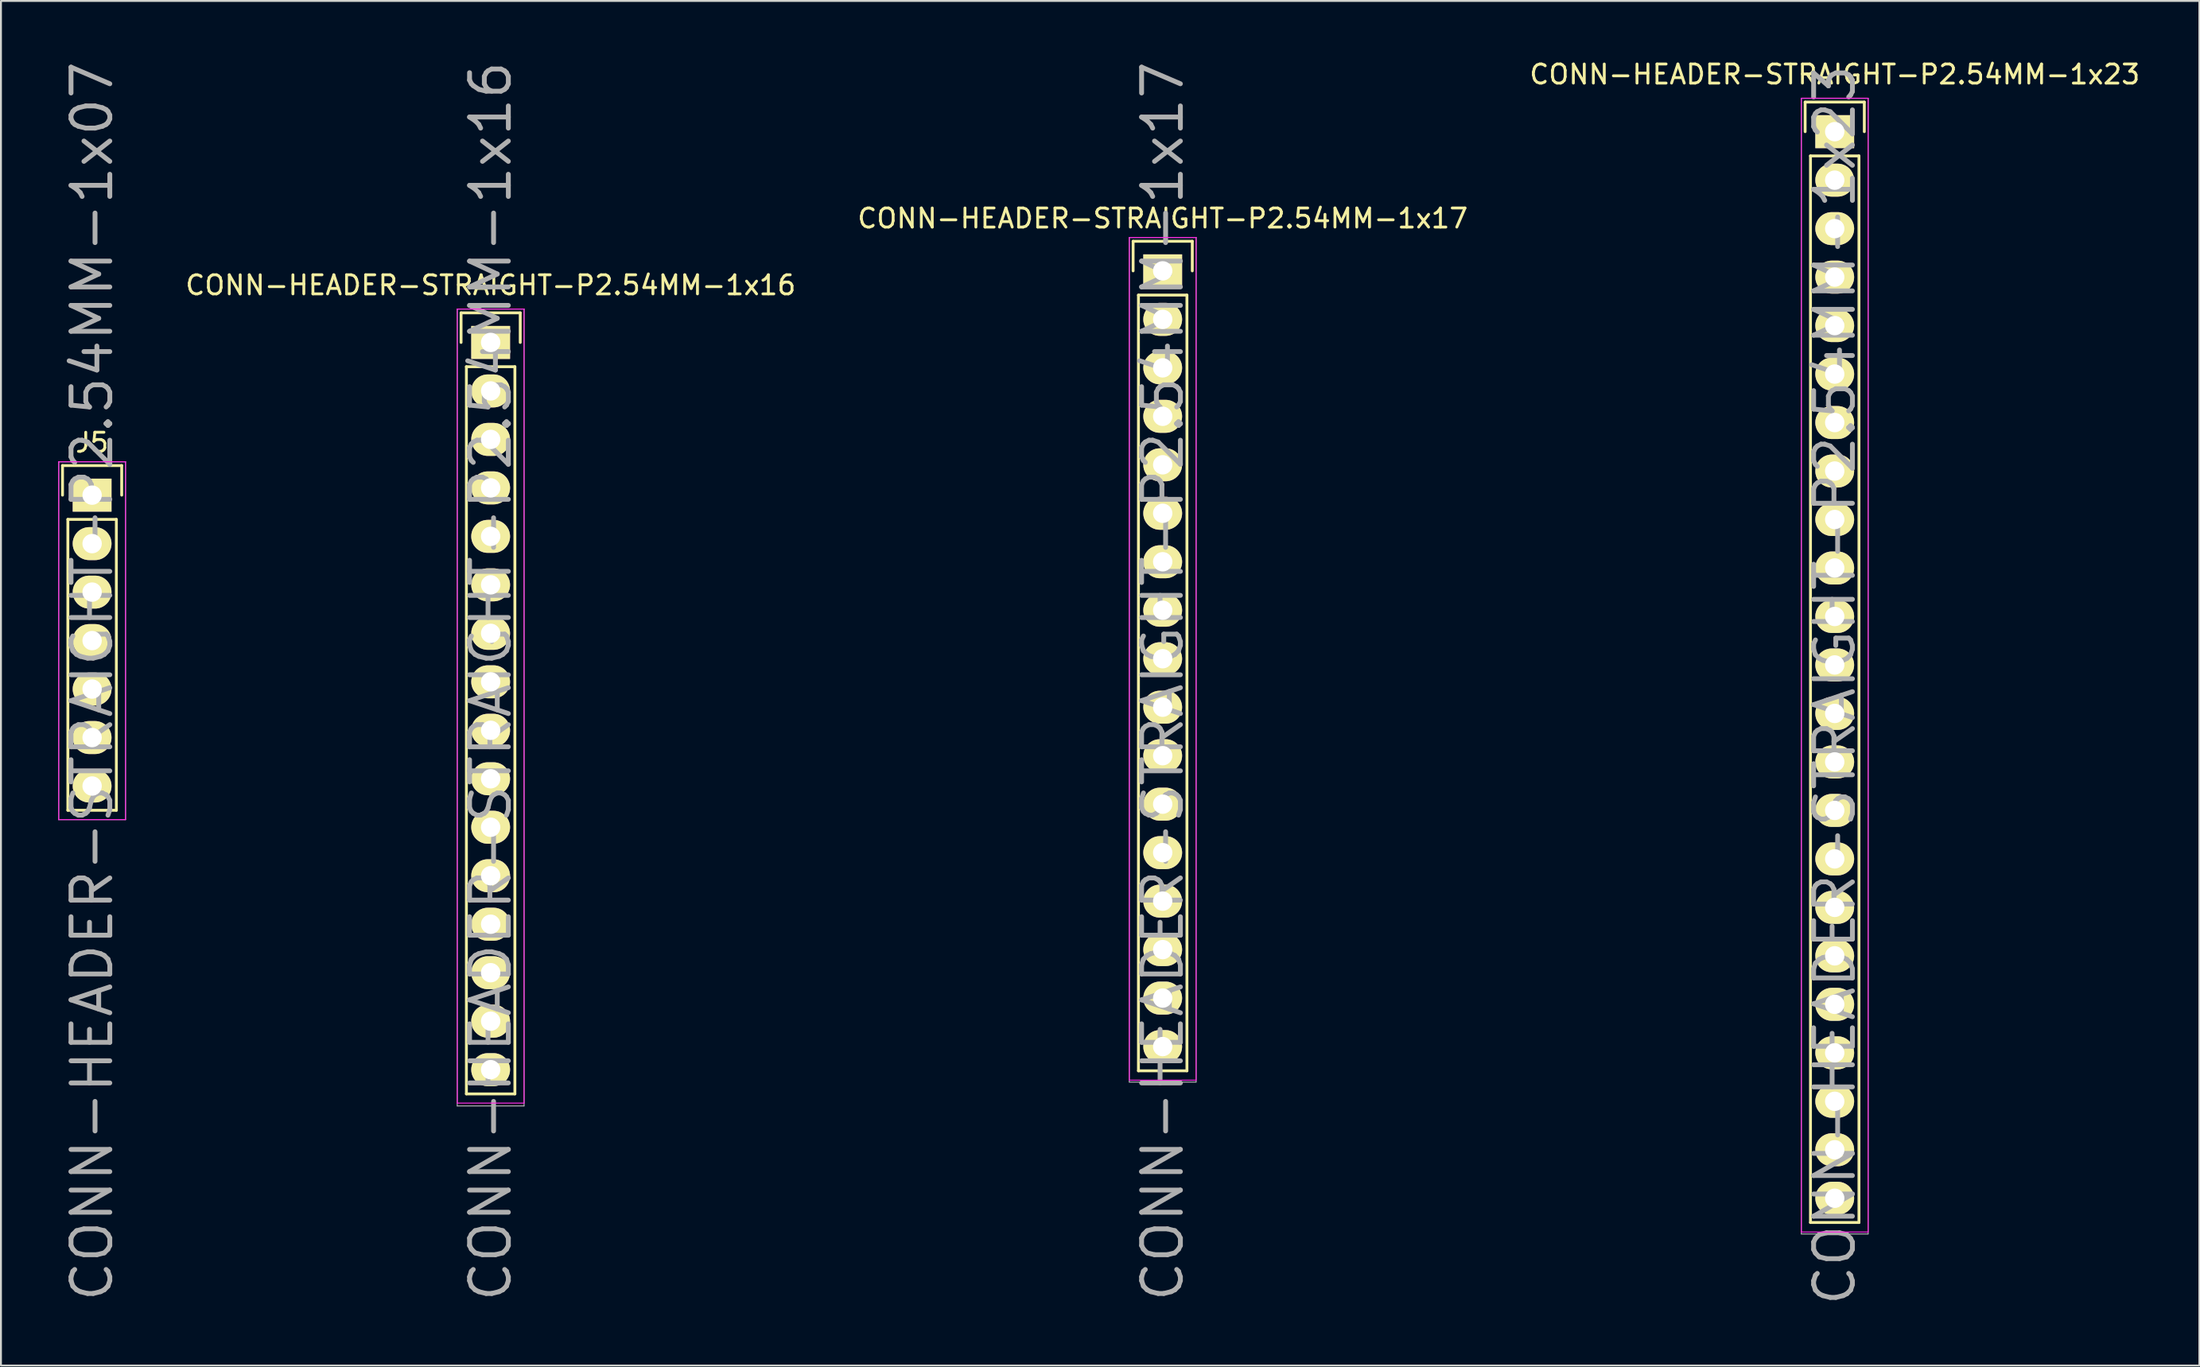
<source format=kicad_pcb>
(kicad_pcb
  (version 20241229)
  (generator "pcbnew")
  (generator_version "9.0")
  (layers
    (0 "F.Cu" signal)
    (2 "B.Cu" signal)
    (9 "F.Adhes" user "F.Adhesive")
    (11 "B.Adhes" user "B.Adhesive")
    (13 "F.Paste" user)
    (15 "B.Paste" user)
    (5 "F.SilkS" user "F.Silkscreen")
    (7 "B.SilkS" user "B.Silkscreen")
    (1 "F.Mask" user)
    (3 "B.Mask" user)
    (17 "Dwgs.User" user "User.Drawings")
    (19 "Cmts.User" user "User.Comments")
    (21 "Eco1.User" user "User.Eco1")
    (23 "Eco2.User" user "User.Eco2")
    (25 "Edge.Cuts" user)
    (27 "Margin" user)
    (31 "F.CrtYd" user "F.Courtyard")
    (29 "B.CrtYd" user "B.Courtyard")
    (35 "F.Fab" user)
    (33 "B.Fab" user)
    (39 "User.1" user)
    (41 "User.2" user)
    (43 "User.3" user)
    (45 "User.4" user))
  (footprint "CONN-HEADER-STRAIGHT-P2.54MM-1x17"
    (layer "F.Cu")
    (at 57.854 11.141)
    (property "Reference" "CONN-HEADER-STRAIGHT-P2.54MM-1x17" (at 0 21.5 90) (layer "F.Fab") (effects (font (size 2.032 2.032) (thickness 0.254))))
    (attr through_hole)
    (fp_line (start -1.55 -1.55) (end 1.55 -1.55) (stroke (width 0.15) (type solid)) (layer "F.SilkS"))
    (fp_line (start -1.55 0) (end -1.55 -1.55) (stroke (width 0.15) (type solid)) (layer "F.SilkS"))
    (fp_line (start -1.27 41.91) (end -1.27 1.27) (stroke (width 0.15) (type solid)) (layer "F.SilkS"))
    (fp_line (start 1.27 1.27) (end -1.27 1.27) (stroke (width 0.15) (type solid)) (layer "F.SilkS"))
    (fp_line (start 1.27 1.27) (end 1.27 41.91) (stroke (width 0.15) (type solid)) (layer "F.SilkS"))
    (fp_line (start 1.27 41.91) (end -1.27 41.91) (stroke (width 0.15) (type solid)) (layer "F.SilkS"))
    (fp_line (start 1.55 -1.55) (end 1.55 0) (stroke (width 0.15) (type solid)) (layer "F.SilkS"))
    (fp_line (start -1.75 -1.75) (end -1.75 42.4) (stroke (width 0.05) (type solid)) (layer "F.CrtYd"))
    (fp_line (start -1.75 -1.75) (end 1.75 -1.75) (stroke (width 0.05) (type solid)) (layer "F.CrtYd"))
    (fp_line (start -1.75 42.4) (end 1.75 42.4) (stroke (width 0.05) (type solid)) (layer "F.CrtYd"))
    (fp_line (start 1.75 -1.75) (end 1.75 42.4) (stroke (width 0.05) (type solid)) (layer "F.CrtYd"))
    (fp_line (start -1.75 -1.75) (end -1.75 42.5) (stroke (width 0.051) (type solid)) (layer "F.Fab"))
    (fp_line (start -1.75 42.5) (end 1.75 42.5) (stroke (width 0.051) (type solid)) (layer "F.Fab"))
    (fp_line (start 1.75 -1.75) (end -1.75 -1.75) (stroke (width 0.051) (type solid)) (layer "F.Fab"))
    (fp_line (start 1.75 42.5) (end 1.75 -1.75) (stroke (width 0.051) (type solid)) (layer "F.Fab"))
    (fp_text user "${REFERENCE}" (at 0 -2.75 0) (layer "F.SilkS") (effects (font (size 1 1) (thickness 0.15))))
    (pad "1" thru_hole rect (at 0 0) (size 2.032 1.727) (drill 1.016) (layers "*.Cu" "*.Mask" "F.SilkS"))
    (pad "2" thru_hole oval (at 0 2.54) (size 2.032 1.727) (drill 1.016) (layers "*.Cu" "*.Mask" "F.SilkS"))
    (pad "3" thru_hole oval (at 0 5.08) (size 2.032 1.727) (drill 1.016) (layers "*.Cu" "*.Mask" "F.SilkS"))
    (pad "4" thru_hole oval (at 0 7.62) (size 2.032 1.727) (drill 1.016) (layers "*.Cu" "*.Mask" "F.SilkS"))
    (pad "5" thru_hole oval (at 0 10.16) (size 2.032 1.727) (drill 1.016) (layers "*.Cu" "*.Mask" "F.SilkS"))
    (pad "6" thru_hole oval (at 0 12.7) (size 2.032 1.727) (drill 1.016) (layers "*.Cu" "*.Mask" "F.SilkS"))
    (pad "7" thru_hole oval (at 0 15.24) (size 2.032 1.727) (drill 1.016) (layers "*.Cu" "*.Mask" "F.SilkS"))
    (pad "8" thru_hole oval (at 0 17.78) (size 2.032 1.727) (drill 1.016) (layers "*.Cu" "*.Mask" "F.SilkS"))
    (pad "9" thru_hole oval (at 0 20.32) (size 2.032 1.727) (drill 1.016) (layers "*.Cu" "*.Mask" "F.SilkS"))
    (pad "10" thru_hole oval (at 0 22.86) (size 2.032 1.727) (drill 1.016) (layers "*.Cu" "*.Mask" "F.SilkS"))
    (pad "11" thru_hole oval (at 0 25.4) (size 2.032 1.727) (drill 1.016) (layers "*.Cu" "*.Mask" "F.SilkS"))
    (pad "12" thru_hole oval (at 0 27.94) (size 2.032 1.727) (drill 1.016) (layers "*.Cu" "*.Mask" "F.SilkS"))
    (pad "13" thru_hole oval (at 0 30.48) (size 2.032 1.727) (drill 1.016) (layers "*.Cu" "*.Mask" "F.SilkS"))
    (pad "14" thru_hole oval (at 0 33.02) (size 2.032 1.727) (drill 1.016) (layers "*.Cu" "*.Mask" "F.SilkS"))
    (pad "15" thru_hole oval (at 0 35.56) (size 2.032 1.727) (drill 1.016) (layers "*.Cu" "*.Mask" "F.SilkS"))
    (pad "16" thru_hole oval (at 0 38.1) (size 2.032 1.727) (drill 1.016) (layers "*.Cu" "*.Mask" "F.SilkS"))
    (pad "17" thru_hole oval (at 0 40.64) (size 2.032 1.727) (drill 1.016) (layers "*.Cu" "*.Mask" "F.SilkS")))
  (footprint "CONN-HEADER-STRAIGHT-P2.54MM-1x07"
    (layer "F.Cu")
    (at 1.775 22.891)
    (property "Reference" "CONN-HEADER-STRAIGHT-P2.54MM-1x07" (at 0 9.75 90) (layer "F.Fab") (effects (font (size 2.032 2.032) (thickness 0.254))))
    (attr through_hole)
    (fp_line (start -1.55 -1.55) (end 1.55 -1.55) (stroke (width 0.15) (type solid)) (layer "F.SilkS"))
    (fp_line (start -1.55 0) (end -1.55 -1.55) (stroke (width 0.15) (type solid)) (layer "F.SilkS"))
    (fp_line (start -1.27 16.51) (end -1.27 1.27) (stroke (width 0.15) (type solid)) (layer "F.SilkS"))
    (fp_line (start 1.27 1.27) (end -1.27 1.27) (stroke (width 0.15) (type solid)) (layer "F.SilkS"))
    (fp_line (start 1.27 1.27) (end 1.27 16.51) (stroke (width 0.15) (type solid)) (layer "F.SilkS"))
    (fp_line (start 1.27 16.51) (end -1.27 16.51) (stroke (width 0.15) (type solid)) (layer "F.SilkS"))
    (fp_line (start 1.55 -1.55) (end 1.55 0) (stroke (width 0.15) (type solid)) (layer "F.SilkS"))
    (fp_line (start -1.75 -1.75) (end -1.75 17) (stroke (width 0.05) (type solid)) (layer "F.CrtYd"))
    (fp_line (start -1.75 -1.75) (end 1.75 -1.75) (stroke (width 0.05) (type solid)) (layer "F.CrtYd"))
    (fp_line (start -1.75 17) (end 1.75 17) (stroke (width 0.05) (type solid)) (layer "F.CrtYd"))
    (fp_line (start 1.75 -1.75) (end 1.75 17) (stroke (width 0.05) (type solid)) (layer "F.CrtYd"))
    (fp_line (start -1.75 -1.75) (end 1.75 -1.75) (stroke (width 0.05) (type solid)) (layer "F.Fab"))
    (fp_line (start -1.75 17) (end -1.75 -1.75) (stroke (width 0.05) (type solid)) (layer "F.Fab"))
    (fp_line (start 1.75 -1.75) (end 1.75 17) (stroke (width 0.05) (type solid)) (layer "F.Fab"))
    (fp_line (start 1.75 17) (end -1.75 17) (stroke (width 0.05) (type solid)) (layer "F.Fab"))
    (fp_text user "J5" (at 0 -2.75 0) (layer "F.SilkS") (effects (font (size 1 1) (thickness 0.15))))
    (pad "1" thru_hole rect (at 0 0) (size 2.032 1.727) (drill 1.016) (layers "*.Cu" "*.Mask" "F.SilkS"))
    (pad "2" thru_hole oval (at 0 2.54) (size 2.032 1.727) (drill 1.016) (layers "*.Cu" "*.Mask" "F.SilkS"))
    (pad "3" thru_hole oval (at 0 5.08) (size 2.032 1.727) (drill 1.016) (layers "*.Cu" "*.Mask" "F.SilkS"))
    (pad "4" thru_hole oval (at 0 7.62) (size 2.032 1.727) (drill 1.016) (layers "*.Cu" "*.Mask" "F.SilkS"))
    (pad "5" thru_hole oval (at 0 10.16) (size 2.032 1.727) (drill 1.016) (layers "*.Cu" "*.Mask" "F.SilkS"))
    (pad "6" thru_hole oval (at 0 12.7) (size 2.032 1.727) (drill 1.016) (layers "*.Cu" "*.Mask" "F.SilkS"))
    (pad "7" thru_hole oval (at 0 15.24) (size 2.032 1.727) (drill 1.016) (layers "*.Cu" "*.Mask" "F.SilkS")))
  (footprint "CONN-HEADER-STRAIGHT-P2.54MM-1x23"
    (layer "F.Cu")
    (at 93.056 3.848)
    (property "Reference" "CONN-HEADER-STRAIGHT-P2.54MM-1x23" (at 0 29 90) (layer "F.Fab") (effects (font (size 2.032 2.032) (thickness 0.254))))
    (attr through_hole)
    (fp_line (start -1.55 -1.55) (end 1.55 -1.55) (stroke (width 0.15) (type solid)) (layer "F.SilkS"))
    (fp_line (start -1.55 0) (end -1.55 -1.55) (stroke (width 0.15) (type solid)) (layer "F.SilkS"))
    (fp_line (start -1.27 1.27) (end -1.27 57.15) (stroke (width 0.15) (type solid)) (layer "F.SilkS"))
    (fp_line (start -1.27 57.15) (end 1.27 57.15) (stroke (width 0.15) (type solid)) (layer "F.SilkS"))
    (fp_line (start 1.27 1.27) (end -1.27 1.27) (stroke (width 0.15) (type solid)) (layer "F.SilkS"))
    (fp_line (start 1.27 57.15) (end 1.27 1.27) (stroke (width 0.15) (type solid)) (layer "F.SilkS"))
    (fp_line (start 1.55 -1.55) (end 1.55 0) (stroke (width 0.15) (type solid)) (layer "F.SilkS"))
    (fp_line (start -1.75 -1.75) (end -1.75 57.65) (stroke (width 0.05) (type solid)) (layer "F.CrtYd"))
    (fp_line (start -1.75 -1.75) (end 1.75 -1.75) (stroke (width 0.05) (type solid)) (layer "F.CrtYd"))
    (fp_line (start -1.75 57.65) (end 1.75 57.65) (stroke (width 0.05) (type solid)) (layer "F.CrtYd"))
    (fp_line (start 1.75 -1.75) (end 1.75 57.65) (stroke (width 0.05) (type solid)) (layer "F.CrtYd"))
    (fp_line (start -1.75 -1.75) (end 1.75 -1.75) (stroke (width 0.051) (type solid)) (layer "F.Fab"))
    (fp_line (start -1.75 57.75) (end -1.75 -1.75) (stroke (width 0.051) (type solid)) (layer "F.Fab"))
    (fp_line (start 1.75 -1.75) (end 1.75 57.75) (stroke (width 0.051) (type solid)) (layer "F.Fab"))
    (fp_line (start 1.75 57.75) (end -1.75 57.75) (stroke (width 0.051) (type solid)) (layer "F.Fab"))
    (fp_text user "${REFERENCE}" (at 0 -3 0) (layer "F.SilkS") (effects (font (size 1 1) (thickness 0.15))))
    (pad "1" thru_hole rect (at 0 0) (size 2.032 1.727) (drill 1.016) (layers "*.Cu" "*.Mask" "F.SilkS"))
    (pad "2" thru_hole oval (at 0 2.54) (size 2.032 1.727) (drill 1.016) (layers "*.Cu" "*.Mask" "F.SilkS"))
    (pad "3" thru_hole oval (at 0 5.08) (size 2.032 1.727) (drill 1.016) (layers "*.Cu" "*.Mask" "F.SilkS"))
    (pad "4" thru_hole oval (at 0 7.62) (size 2.032 1.727) (drill 1.016) (layers "*.Cu" "*.Mask" "F.SilkS"))
    (pad "5" thru_hole oval (at 0 10.16) (size 2.032 1.727) (drill 1.016) (layers "*.Cu" "*.Mask" "F.SilkS"))
    (pad "6" thru_hole oval (at 0 12.7) (size 2.032 1.727) (drill 1.016) (layers "*.Cu" "*.Mask" "F.SilkS"))
    (pad "7" thru_hole oval (at 0 15.24) (size 2.032 1.727) (drill 1.016) (layers "*.Cu" "*.Mask" "F.SilkS"))
    (pad "8" thru_hole oval (at 0 17.78) (size 2.032 1.727) (drill 1.016) (layers "*.Cu" "*.Mask" "F.SilkS"))
    (pad "9" thru_hole oval (at 0 20.32) (size 2.032 1.727) (drill 1.016) (layers "*.Cu" "*.Mask" "F.SilkS"))
    (pad "10" thru_hole oval (at 0 22.86) (size 2.032 1.727) (drill 1.016) (layers "*.Cu" "*.Mask" "F.SilkS"))
    (pad "11" thru_hole oval (at 0 25.4) (size 2.032 1.727) (drill 1.016) (layers "*.Cu" "*.Mask" "F.SilkS"))
    (pad "12" thru_hole oval (at 0 27.94) (size 2.032 1.727) (drill 1.016) (layers "*.Cu" "*.Mask" "F.SilkS"))
    (pad "13" thru_hole oval (at 0 30.48) (size 2.032 1.727) (drill 1.016) (layers "*.Cu" "*.Mask" "F.SilkS"))
    (pad "14" thru_hole oval (at 0 33.02) (size 2.032 1.727) (drill 1.016) (layers "*.Cu" "*.Mask" "F.SilkS"))
    (pad "15" thru_hole oval (at 0 35.56) (size 2.032 1.727) (drill 1.016) (layers "*.Cu" "*.Mask" "F.SilkS"))
    (pad "16" thru_hole oval (at 0 38.1) (size 2.032 1.727) (drill 1.016) (layers "*.Cu" "*.Mask" "F.SilkS"))
    (pad "17" thru_hole oval (at 0 40.64) (size 2.032 1.727) (drill 1.016) (layers "*.Cu" "*.Mask" "F.SilkS"))
    (pad "18" thru_hole oval (at 0 43.18) (size 2.032 1.727) (drill 1.016) (layers "*.Cu" "*.Mask" "F.SilkS"))
    (pad "19" thru_hole oval (at 0 45.72) (size 2.032 1.727) (drill 1.016) (layers "*.Cu" "*.Mask" "F.SilkS"))
    (pad "20" thru_hole oval (at 0 48.26) (size 2.032 1.727) (drill 1.016) (layers "*.Cu" "*.Mask" "F.SilkS"))
    (pad "21" thru_hole oval (at 0 50.8) (size 2.032 1.727) (drill 1.016) (layers "*.Cu" "*.Mask" "F.SilkS"))
    (pad "22" thru_hole oval (at 0 53.34) (size 2.032 1.727) (drill 1.016) (layers "*.Cu" "*.Mask" "F.SilkS"))
    (pad "23" thru_hole oval (at 0 55.88) (size 2.032 1.727) (drill 1.016) (layers "*.Cu" "*.Mask" "F.SilkS")))
  (footprint "CONN-HEADER-STRAIGHT-P2.54MM-1x16"
    (layer "F.Cu")
    (at 22.651 14.891)
    (property "Reference" "CONN-HEADER-STRAIGHT-P2.54MM-1x16" (at 0 17.75 90) (layer "F.Fab") (effects (font (size 2.032 2.032) (thickness 0.254))))
    (attr through_hole)
    (fp_line (start -1.55 -1.55) (end 1.55 -1.55) (stroke (width 0.15) (type solid)) (layer "F.SilkS"))
    (fp_line (start -1.55 0) (end -1.55 -1.55) (stroke (width 0.15) (type solid)) (layer "F.SilkS"))
    (fp_line (start -1.27 1.27) (end -1.27 39.37) (stroke (width 0.15) (type solid)) (layer "F.SilkS"))
    (fp_line (start -1.27 39.37) (end 1.27 39.37) (stroke (width 0.15) (type solid)) (layer "F.SilkS"))
    (fp_line (start 1.27 1.27) (end -1.27 1.27) (stroke (width 0.15) (type solid)) (layer "F.SilkS"))
    (fp_line (start 1.27 39.37) (end 1.27 1.27) (stroke (width 0.15) (type solid)) (layer "F.SilkS"))
    (fp_line (start 1.55 -1.55) (end 1.55 0) (stroke (width 0.15) (type solid)) (layer "F.SilkS"))
    (fp_line (start -1.75 -1.75) (end -1.75 39.85) (stroke (width 0.05) (type solid)) (layer "F.CrtYd"))
    (fp_line (start -1.75 -1.75) (end 1.75 -1.75) (stroke (width 0.05) (type solid)) (layer "F.CrtYd"))
    (fp_line (start -1.75 39.85) (end 1.75 39.85) (stroke (width 0.05) (type solid)) (layer "F.CrtYd"))
    (fp_line (start 1.75 -1.75) (end 1.75 39.85) (stroke (width 0.05) (type solid)) (layer "F.CrtYd"))
    (fp_line (start -1.75 -1.75) (end 1.75 -1.75) (stroke (width 0.051) (type solid)) (layer "F.Fab"))
    (fp_line (start -1.75 40) (end -1.75 -1.75) (stroke (width 0.051) (type solid)) (layer "F.Fab"))
    (fp_line (start 1.75 -1.75) (end 1.75 40) (stroke (width 0.051) (type solid)) (layer "F.Fab"))
    (fp_line (start 1.75 40) (end -1.75 40) (stroke (width 0.051) (type solid)) (layer "F.Fab"))
    (fp_text user "${REFERENCE}" (at 0 -3 0) (layer "F.SilkS") (effects (font (size 1 1) (thickness 0.15))))
    (pad "1" thru_hole rect (at 0 0) (size 2.032 1.727) (drill 1.016) (layers "*.Cu" "*.Mask" "F.SilkS"))
    (pad "2" thru_hole oval (at 0 2.54) (size 2.032 1.727) (drill 1.016) (layers "*.Cu" "*.Mask" "F.SilkS"))
    (pad "3" thru_hole oval (at 0 5.08) (size 2.032 1.727) (drill 1.016) (layers "*.Cu" "*.Mask" "F.SilkS"))
    (pad "4" thru_hole oval (at 0 7.62) (size 2.032 1.727) (drill 1.016) (layers "*.Cu" "*.Mask" "F.SilkS"))
    (pad "5" thru_hole oval (at 0 10.16) (size 2.032 1.727) (drill 1.016) (layers "*.Cu" "*.Mask" "F.SilkS"))
    (pad "6" thru_hole oval (at 0 12.7) (size 2.032 1.727) (drill 1.016) (layers "*.Cu" "*.Mask" "F.SilkS"))
    (pad "7" thru_hole oval (at 0 15.24) (size 2.032 1.727) (drill 1.016) (layers "*.Cu" "*.Mask" "F.SilkS"))
    (pad "8" thru_hole oval (at 0 17.78) (size 2.032 1.727) (drill 1.016) (layers "*.Cu" "*.Mask" "F.SilkS"))
    (pad "9" thru_hole oval (at 0 20.32) (size 2.032 1.727) (drill 1.016) (layers "*.Cu" "*.Mask" "F.SilkS"))
    (pad "10" thru_hole oval (at 0 22.86) (size 2.032 1.727) (drill 1.016) (layers "*.Cu" "*.Mask" "F.SilkS"))
    (pad "11" thru_hole oval (at 0 25.4) (size 2.032 1.727) (drill 1.016) (layers "*.Cu" "*.Mask" "F.SilkS"))
    (pad "12" thru_hole oval (at 0 27.94) (size 2.032 1.727) (drill 1.016) (layers "*.Cu" "*.Mask" "F.SilkS"))
    (pad "13" thru_hole oval (at 0 30.48) (size 2.032 1.727) (drill 1.016) (layers "*.Cu" "*.Mask" "F.SilkS"))
    (pad "14" thru_hole oval (at 0 33.02) (size 2.032 1.727) (drill 1.016) (layers "*.Cu" "*.Mask" "F.SilkS"))
    (pad "15" thru_hole oval (at 0 35.56) (size 2.032 1.727) (drill 1.016) (layers "*.Cu" "*.Mask" "F.SilkS"))
    (pad "16" thru_hole oval (at 0 38.1) (size 2.032 1.727) (drill 1.016) (layers "*.Cu" "*.Mask" "F.SilkS")))
  (gr_rect
    (start -3 -3)
    (end 112.157 68.49)
    (stroke (width 0.1) (type default))
    (fill no)
    (layer "Edge.Cuts")))
</source>
